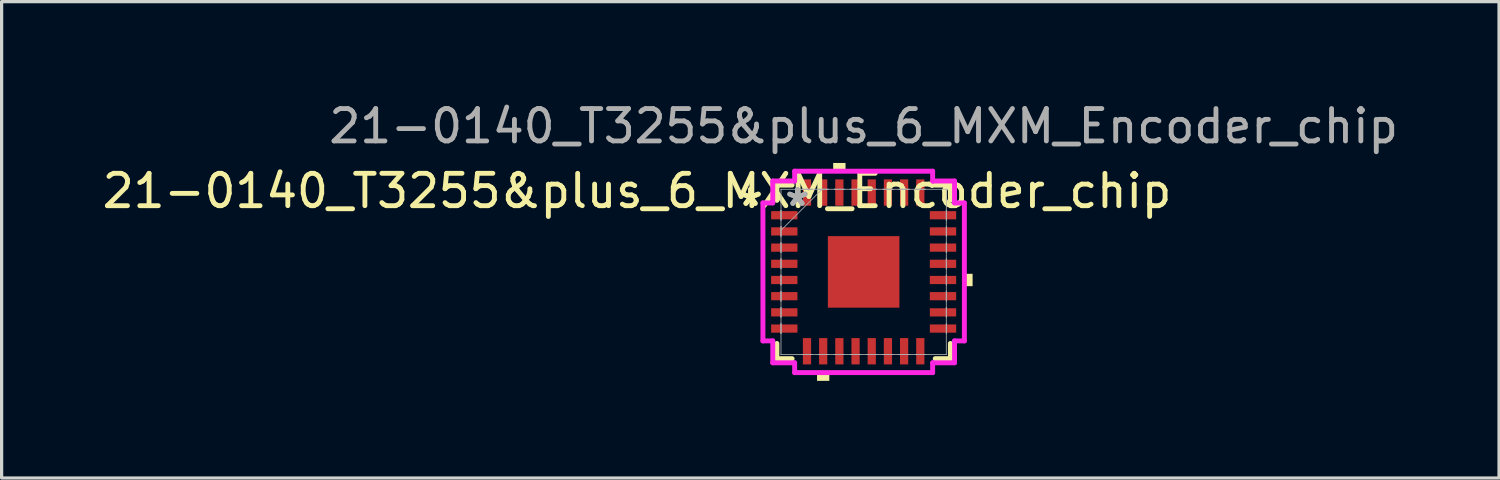
<source format=kicad_pcb>
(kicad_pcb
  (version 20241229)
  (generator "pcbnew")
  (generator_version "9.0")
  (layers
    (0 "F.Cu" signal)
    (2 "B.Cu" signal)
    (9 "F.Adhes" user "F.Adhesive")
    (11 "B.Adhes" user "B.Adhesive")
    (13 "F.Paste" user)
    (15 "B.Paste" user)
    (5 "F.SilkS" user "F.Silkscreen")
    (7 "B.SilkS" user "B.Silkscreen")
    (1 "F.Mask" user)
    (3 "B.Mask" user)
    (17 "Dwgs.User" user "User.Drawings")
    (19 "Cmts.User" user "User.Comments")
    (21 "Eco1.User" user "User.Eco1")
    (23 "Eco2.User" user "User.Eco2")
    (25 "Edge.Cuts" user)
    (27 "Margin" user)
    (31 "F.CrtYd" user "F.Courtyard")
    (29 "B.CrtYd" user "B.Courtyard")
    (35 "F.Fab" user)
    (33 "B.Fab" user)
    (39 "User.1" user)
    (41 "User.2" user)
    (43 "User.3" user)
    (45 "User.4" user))
  (footprint "21-0140_T3255&plus_6_MXM_Encoder_chip"
    (layer "F.Cu")
    (at 23.625 5.348)
    (property "Reference" "21-0140_T3255&plus_6_MXM_Encoder_chip" (at -7 -2.5 0) (unlocked yes) (layer "F.SilkS") (effects (font (size 1 1) (thickness 0.15))))
    (attr smd)
    (fp_line (start -2.68 -2.68) (end -2.68 -2.21) (stroke (width 0.152) (type solid)) (layer "F.SilkS"))
    (fp_line (start -2.68 2.21) (end -2.68 2.68) (stroke (width 0.152) (type solid)) (layer "F.SilkS"))
    (fp_line (start -2.68 2.68) (end -2.21 2.68) (stroke (width 0.152) (type solid)) (layer "F.SilkS"))
    (fp_line (start -2.21 -2.68) (end -2.68 -2.68) (stroke (width 0.152) (type solid)) (layer "F.SilkS"))
    (fp_line (start 2.21 2.68) (end 2.68 2.68) (stroke (width 0.152) (type solid)) (layer "F.SilkS"))
    (fp_line (start 2.68 -2.68) (end 2.21 -2.68) (stroke (width 0.152) (type solid)) (layer "F.SilkS"))
    (fp_line (start 2.68 -2.21) (end 2.68 -2.68) (stroke (width 0.152) (type solid)) (layer "F.SilkS"))
    (fp_line (start 2.68 2.68) (end 2.68 2.21) (stroke (width 0.152) (type solid)) (layer "F.SilkS"))
    (fp_poly (pts (xy -1.44 3.111) (xy -1.44 3.365) (xy -1.06 3.365) (xy -1.06 3.111)) (stroke (width 0) (type solid)) (fill yes) (layer "F.SilkS"))
    (fp_poly (pts (xy -0.941 -3.111) (xy -0.941 -3.365) (xy -0.56 -3.365) (xy -0.56 -3.111)) (stroke (width 0) (type solid)) (fill yes) (layer "F.SilkS"))
    (fp_poly (pts (xy 3.365 0.059) (xy 3.365 0.441) (xy 3.111 0.441) (xy 3.111 0.059)) (stroke (width 0) (type solid)) (fill yes) (layer "F.SilkS"))
    (fp_line (start -3.111 -2.131) (end -2.807 -2.131) (stroke (width 0.152) (type solid)) (layer "F.CrtYd"))
    (fp_line (start -3.111 2.131) (end -3.111 -2.131) (stroke (width 0.152) (type solid)) (layer "F.CrtYd"))
    (fp_line (start -2.807 -2.807) (end -2.131 -2.807) (stroke (width 0.152) (type solid)) (layer "F.CrtYd"))
    (fp_line (start -2.807 -2.131) (end -2.807 -2.807) (stroke (width 0.152) (type solid)) (layer "F.CrtYd"))
    (fp_line (start -2.807 2.131) (end -3.111 2.131) (stroke (width 0.152) (type solid)) (layer "F.CrtYd"))
    (fp_line (start -2.807 2.807) (end -2.807 2.131) (stroke (width 0.152) (type solid)) (layer "F.CrtYd"))
    (fp_line (start -2.131 -3.111) (end 2.131 -3.111) (stroke (width 0.152) (type solid)) (layer "F.CrtYd"))
    (fp_line (start -2.131 -2.807) (end -2.131 -3.111) (stroke (width 0.152) (type solid)) (layer "F.CrtYd"))
    (fp_line (start -2.131 2.807) (end -2.807 2.807) (stroke (width 0.152) (type solid)) (layer "F.CrtYd"))
    (fp_line (start -2.131 3.111) (end -2.131 2.807) (stroke (width 0.152) (type solid)) (layer "F.CrtYd"))
    (fp_line (start 2.131 -3.111) (end 2.131 -2.807) (stroke (width 0.152) (type solid)) (layer "F.CrtYd"))
    (fp_line (start 2.131 -2.807) (end 2.807 -2.807) (stroke (width 0.152) (type solid)) (layer "F.CrtYd"))
    (fp_line (start 2.131 2.807) (end 2.131 3.111) (stroke (width 0.152) (type solid)) (layer "F.CrtYd"))
    (fp_line (start 2.131 3.111) (end -2.131 3.111) (stroke (width 0.152) (type solid)) (layer "F.CrtYd"))
    (fp_line (start 2.807 -2.807) (end 2.807 -2.131) (stroke (width 0.152) (type solid)) (layer "F.CrtYd"))
    (fp_line (start 2.807 -2.131) (end 3.111 -2.131) (stroke (width 0.152) (type solid)) (layer "F.CrtYd"))
    (fp_line (start 2.807 2.131) (end 2.807 2.807) (stroke (width 0.152) (type solid)) (layer "F.CrtYd"))
    (fp_line (start 2.807 2.807) (end 2.131 2.807) (stroke (width 0.152) (type solid)) (layer "F.CrtYd"))
    (fp_line (start 3.111 -2.131) (end 3.111 2.131) (stroke (width 0.152) (type solid)) (layer "F.CrtYd"))
    (fp_line (start 3.111 2.131) (end 2.807 2.131) (stroke (width 0.152) (type solid)) (layer "F.CrtYd"))
    (fp_line (start -2.553 -2.553) (end -2.553 -2.553) (stroke (width 0.025) (type solid)) (layer "F.Fab"))
    (fp_line (start -2.553 -2.553) (end -2.553 2.553) (stroke (width 0.025) (type solid)) (layer "F.Fab"))
    (fp_line (start -2.553 -1.902) (end -2.553 -1.902) (stroke (width 0.025) (type solid)) (layer "F.Fab"))
    (fp_line (start -2.553 -1.902) (end -2.553 -1.598) (stroke (width 0.025) (type solid)) (layer "F.Fab"))
    (fp_line (start -2.553 -1.598) (end -2.553 -1.902) (stroke (width 0.025) (type solid)) (layer "F.Fab"))
    (fp_line (start -2.553 -1.598) (end -2.553 -1.598) (stroke (width 0.025) (type solid)) (layer "F.Fab"))
    (fp_line (start -2.553 -1.402) (end -2.553 -1.402) (stroke (width 0.025) (type solid)) (layer "F.Fab"))
    (fp_line (start -2.553 -1.402) (end -2.553 -1.098) (stroke (width 0.025) (type solid)) (layer "F.Fab"))
    (fp_line (start -2.553 -1.283) (end -1.283 -2.553) (stroke (width 0.025) (type solid)) (layer "F.Fab"))
    (fp_line (start -2.553 -1.098) (end -2.553 -1.402) (stroke (width 0.025) (type solid)) (layer "F.Fab"))
    (fp_line (start -2.553 -1.098) (end -2.553 -1.098) (stroke (width 0.025) (type solid)) (layer "F.Fab"))
    (fp_line (start -2.553 -0.902) (end -2.553 -0.902) (stroke (width 0.025) (type solid)) (layer "F.Fab"))
    (fp_line (start -2.553 -0.902) (end -2.553 -0.598) (stroke (width 0.025) (type solid)) (layer "F.Fab"))
    (fp_line (start -2.553 -0.598) (end -2.553 -0.902) (stroke (width 0.025) (type solid)) (layer "F.Fab"))
    (fp_line (start -2.553 -0.598) (end -2.553 -0.598) (stroke (width 0.025) (type solid)) (layer "F.Fab"))
    (fp_line (start -2.553 -0.402) (end -2.553 -0.402) (stroke (width 0.025) (type solid)) (layer "F.Fab"))
    (fp_line (start -2.553 -0.402) (end -2.553 -0.098) (stroke (width 0.025) (type solid)) (layer "F.Fab"))
    (fp_line (start -2.553 -0.098) (end -2.553 -0.402) (stroke (width 0.025) (type solid)) (layer "F.Fab"))
    (fp_line (start -2.553 -0.098) (end -2.553 -0.098) (stroke (width 0.025) (type solid)) (layer "F.Fab"))
    (fp_line (start -2.553 0.098) (end -2.553 0.098) (stroke (width 0.025) (type solid)) (layer "F.Fab"))
    (fp_line (start -2.553 0.098) (end -2.553 0.402) (stroke (width 0.025) (type solid)) (layer "F.Fab"))
    (fp_line (start -2.553 0.402) (end -2.553 0.098) (stroke (width 0.025) (type solid)) (layer "F.Fab"))
    (fp_line (start -2.553 0.402) (end -2.553 0.402) (stroke (width 0.025) (type solid)) (layer "F.Fab"))
    (fp_line (start -2.553 0.598) (end -2.553 0.598) (stroke (width 0.025) (type solid)) (layer "F.Fab"))
    (fp_line (start -2.553 0.598) (end -2.553 0.902) (stroke (width 0.025) (type solid)) (layer "F.Fab"))
    (fp_line (start -2.553 0.902) (end -2.553 0.598) (stroke (width 0.025) (type solid)) (layer "F.Fab"))
    (fp_line (start -2.553 0.902) (end -2.553 0.902) (stroke (width 0.025) (type solid)) (layer "F.Fab"))
    (fp_line (start -2.553 1.098) (end -2.553 1.098) (stroke (width 0.025) (type solid)) (layer "F.Fab"))
    (fp_line (start -2.553 1.098) (end -2.553 1.402) (stroke (width 0.025) (type solid)) (layer "F.Fab"))
    (fp_line (start -2.553 1.402) (end -2.553 1.098) (stroke (width 0.025) (type solid)) (layer "F.Fab"))
    (fp_line (start -2.553 1.402) (end -2.553 1.402) (stroke (width 0.025) (type solid)) (layer "F.Fab"))
    (fp_line (start -2.553 1.598) (end -2.553 1.598) (stroke (width 0.025) (type solid)) (layer "F.Fab"))
    (fp_line (start -2.553 1.598) (end -2.553 1.902) (stroke (width 0.025) (type solid)) (layer "F.Fab"))
    (fp_line (start -2.553 1.902) (end -2.553 1.598) (stroke (width 0.025) (type solid)) (layer "F.Fab"))
    (fp_line (start -2.553 1.902) (end -2.553 1.902) (stroke (width 0.025) (type solid)) (layer "F.Fab"))
    (fp_line (start -2.553 2.553) (end -2.553 2.553) (stroke (width 0.025) (type solid)) (layer "F.Fab"))
    (fp_line (start -2.553 2.553) (end 2.553 2.553) (stroke (width 0.025) (type solid)) (layer "F.Fab"))
    (fp_line (start -1.902 -2.553) (end -1.902 -2.553) (stroke (width 0.025) (type solid)) (layer "F.Fab"))
    (fp_line (start -1.902 -2.553) (end -1.598 -2.553) (stroke (width 0.025) (type solid)) (layer "F.Fab"))
    (fp_line (start -1.902 2.553) (end -1.902 2.553) (stroke (width 0.025) (type solid)) (layer "F.Fab"))
    (fp_line (start -1.902 2.553) (end -1.598 2.553) (stroke (width 0.025) (type solid)) (layer "F.Fab"))
    (fp_line (start -1.598 -2.553) (end -1.902 -2.553) (stroke (width 0.025) (type solid)) (layer "F.Fab"))
    (fp_line (start -1.598 -2.553) (end -1.598 -2.553) (stroke (width 0.025) (type solid)) (layer "F.Fab"))
    (fp_line (start -1.598 2.553) (end -1.902 2.553) (stroke (width 0.025) (type solid)) (layer "F.Fab"))
    (fp_line (start -1.598 2.553) (end -1.598 2.553) (stroke (width 0.025) (type solid)) (layer "F.Fab"))
    (fp_line (start -1.402 -2.553) (end -1.402 -2.553) (stroke (width 0.025) (type solid)) (layer "F.Fab"))
    (fp_line (start -1.402 -2.553) (end -1.098 -2.553) (stroke (width 0.025) (type solid)) (layer "F.Fab"))
    (fp_line (start -1.402 2.553) (end -1.402 2.553) (stroke (width 0.025) (type solid)) (layer "F.Fab"))
    (fp_line (start -1.402 2.553) (end -1.098 2.553) (stroke (width 0.025) (type solid)) (layer "F.Fab"))
    (fp_line (start -1.098 -2.553) (end -1.402 -2.553) (stroke (width 0.025) (type solid)) (layer "F.Fab"))
    (fp_line (start -1.098 -2.553) (end -1.098 -2.553) (stroke (width 0.025) (type solid)) (layer "F.Fab"))
    (fp_line (start -1.098 2.553) (end -1.402 2.553) (stroke (width 0.025) (type solid)) (layer "F.Fab"))
    (fp_line (start -1.098 2.553) (end -1.098 2.553) (stroke (width 0.025) (type solid)) (layer "F.Fab"))
    (fp_line (start -0.902 -2.553) (end -0.902 -2.553) (stroke (width 0.025) (type solid)) (layer "F.Fab"))
    (fp_line (start -0.902 -2.553) (end -0.598 -2.553) (stroke (width 0.025) (type solid)) (layer "F.Fab"))
    (fp_line (start -0.902 2.553) (end -0.902 2.553) (stroke (width 0.025) (type solid)) (layer "F.Fab"))
    (fp_line (start -0.902 2.553) (end -0.598 2.553) (stroke (width 0.025) (type solid)) (layer "F.Fab"))
    (fp_line (start -0.598 -2.553) (end -0.902 -2.553) (stroke (width 0.025) (type solid)) (layer "F.Fab"))
    (fp_line (start -0.598 -2.553) (end -0.598 -2.553) (stroke (width 0.025) (type solid)) (layer "F.Fab"))
    (fp_line (start -0.598 2.553) (end -0.902 2.553) (stroke (width 0.025) (type solid)) (layer "F.Fab"))
    (fp_line (start -0.598 2.553) (end -0.598 2.553) (stroke (width 0.025) (type solid)) (layer "F.Fab"))
    (fp_line (start -0.402 -2.553) (end -0.402 -2.553) (stroke (width 0.025) (type solid)) (layer "F.Fab"))
    (fp_line (start -0.402 -2.553) (end -0.098 -2.553) (stroke (width 0.025) (type solid)) (layer "F.Fab"))
    (fp_line (start -0.402 2.553) (end -0.402 2.553) (stroke (width 0.025) (type solid)) (layer "F.Fab"))
    (fp_line (start -0.402 2.553) (end -0.098 2.553) (stroke (width 0.025) (type solid)) (layer "F.Fab"))
    (fp_line (start -0.098 -2.553) (end -0.402 -2.553) (stroke (width 0.025) (type solid)) (layer "F.Fab"))
    (fp_line (start -0.098 -2.553) (end -0.098 -2.553) (stroke (width 0.025) (type solid)) (layer "F.Fab"))
    (fp_line (start -0.098 2.553) (end -0.402 2.553) (stroke (width 0.025) (type solid)) (layer "F.Fab"))
    (fp_line (start -0.098 2.553) (end -0.098 2.553) (stroke (width 0.025) (type solid)) (layer "F.Fab"))
    (fp_line (start 0.098 -2.553) (end 0.098 -2.553) (stroke (width 0.025) (type solid)) (layer "F.Fab"))
    (fp_line (start 0.098 -2.553) (end 0.402 -2.553) (stroke (width 0.025) (type solid)) (layer "F.Fab"))
    (fp_line (start 0.098 2.553) (end 0.098 2.553) (stroke (width 0.025) (type solid)) (layer "F.Fab"))
    (fp_line (start 0.098 2.553) (end 0.402 2.553) (stroke (width 0.025) (type solid)) (layer "F.Fab"))
    (fp_line (start 0.402 -2.553) (end 0.098 -2.553) (stroke (width 0.025) (type solid)) (layer "F.Fab"))
    (fp_line (start 0.402 -2.553) (end 0.402 -2.553) (stroke (width 0.025) (type solid)) (layer "F.Fab"))
    (fp_line (start 0.402 2.553) (end 0.098 2.553) (stroke (width 0.025) (type solid)) (layer "F.Fab"))
    (fp_line (start 0.402 2.553) (end 0.402 2.553) (stroke (width 0.025) (type solid)) (layer "F.Fab"))
    (fp_line (start 0.598 -2.553) (end 0.598 -2.553) (stroke (width 0.025) (type solid)) (layer "F.Fab"))
    (fp_line (start 0.598 -2.553) (end 0.902 -2.553) (stroke (width 0.025) (type solid)) (layer "F.Fab"))
    (fp_line (start 0.598 2.553) (end 0.598 2.553) (stroke (width 0.025) (type solid)) (layer "F.Fab"))
    (fp_line (start 0.598 2.553) (end 0.902 2.553) (stroke (width 0.025) (type solid)) (layer "F.Fab"))
    (fp_line (start 0.902 -2.553) (end 0.598 -2.553) (stroke (width 0.025) (type solid)) (layer "F.Fab"))
    (fp_line (start 0.902 -2.553) (end 0.902 -2.553) (stroke (width 0.025) (type solid)) (layer "F.Fab"))
    (fp_line (start 0.902 2.553) (end 0.598 2.553) (stroke (width 0.025) (type solid)) (layer "F.Fab"))
    (fp_line (start 0.902 2.553) (end 0.902 2.553) (stroke (width 0.025) (type solid)) (layer "F.Fab"))
    (fp_line (start 1.098 -2.553) (end 1.098 -2.553) (stroke (width 0.025) (type solid)) (layer "F.Fab"))
    (fp_line (start 1.098 -2.553) (end 1.402 -2.553) (stroke (width 0.025) (type solid)) (layer "F.Fab"))
    (fp_line (start 1.098 2.553) (end 1.098 2.553) (stroke (width 0.025) (type solid)) (layer "F.Fab"))
    (fp_line (start 1.098 2.553) (end 1.402 2.553) (stroke (width 0.025) (type solid)) (layer "F.Fab"))
    (fp_line (start 1.402 -2.553) (end 1.098 -2.553) (stroke (width 0.025) (type solid)) (layer "F.Fab"))
    (fp_line (start 1.402 -2.553) (end 1.402 -2.553) (stroke (width 0.025) (type solid)) (layer "F.Fab"))
    (fp_line (start 1.402 2.553) (end 1.098 2.553) (stroke (width 0.025) (type solid)) (layer "F.Fab"))
    (fp_line (start 1.402 2.553) (end 1.402 2.553) (stroke (width 0.025) (type solid)) (layer "F.Fab"))
    (fp_line (start 1.598 -2.553) (end 1.598 -2.553) (stroke (width 0.025) (type solid)) (layer "F.Fab"))
    (fp_line (start 1.598 -2.553) (end 1.902 -2.553) (stroke (width 0.025) (type solid)) (layer "F.Fab"))
    (fp_line (start 1.598 2.553) (end 1.598 2.553) (stroke (width 0.025) (type solid)) (layer "F.Fab"))
    (fp_line (start 1.598 2.553) (end 1.902 2.553) (stroke (width 0.025) (type solid)) (layer "F.Fab"))
    (fp_line (start 1.902 -2.553) (end 1.598 -2.553) (stroke (width 0.025) (type solid)) (layer "F.Fab"))
    (fp_line (start 1.902 -2.553) (end 1.902 -2.553) (stroke (width 0.025) (type solid)) (layer "F.Fab"))
    (fp_line (start 1.902 2.553) (end 1.598 2.553) (stroke (width 0.025) (type solid)) (layer "F.Fab"))
    (fp_line (start 1.902 2.553) (end 1.902 2.553) (stroke (width 0.025) (type solid)) (layer "F.Fab"))
    (fp_line (start 2.553 -2.553) (end -2.553 -2.553) (stroke (width 0.025) (type solid)) (layer "F.Fab"))
    (fp_line (start 2.553 -2.553) (end 2.553 -2.553) (stroke (width 0.025) (type solid)) (layer "F.Fab"))
    (fp_line (start 2.553 -1.902) (end 2.553 -1.902) (stroke (width 0.025) (type solid)) (layer "F.Fab"))
    (fp_line (start 2.553 -1.902) (end 2.553 -1.598) (stroke (width 0.025) (type solid)) (layer "F.Fab"))
    (fp_line (start 2.553 -1.598) (end 2.553 -1.902) (stroke (width 0.025) (type solid)) (layer "F.Fab"))
    (fp_line (start 2.553 -1.598) (end 2.553 -1.598) (stroke (width 0.025) (type solid)) (layer "F.Fab"))
    (fp_line (start 2.553 -1.402) (end 2.553 -1.402) (stroke (width 0.025) (type solid)) (layer "F.Fab"))
    (fp_line (start 2.553 -1.402) (end 2.553 -1.098) (stroke (width 0.025) (type solid)) (layer "F.Fab"))
    (fp_line (start 2.553 -1.098) (end 2.553 -1.402) (stroke (width 0.025) (type solid)) (layer "F.Fab"))
    (fp_line (start 2.553 -1.098) (end 2.553 -1.098) (stroke (width 0.025) (type solid)) (layer "F.Fab"))
    (fp_line (start 2.553 -0.902) (end 2.553 -0.902) (stroke (width 0.025) (type solid)) (layer "F.Fab"))
    (fp_line (start 2.553 -0.902) (end 2.553 -0.598) (stroke (width 0.025) (type solid)) (layer "F.Fab"))
    (fp_line (start 2.553 -0.598) (end 2.553 -0.902) (stroke (width 0.025) (type solid)) (layer "F.Fab"))
    (fp_line (start 2.553 -0.598) (end 2.553 -0.598) (stroke (width 0.025) (type solid)) (layer "F.Fab"))
    (fp_line (start 2.553 -0.402) (end 2.553 -0.402) (stroke (width 0.025) (type solid)) (layer "F.Fab"))
    (fp_line (start 2.553 -0.402) (end 2.553 -0.098) (stroke (width 0.025) (type solid)) (layer "F.Fab"))
    (fp_line (start 2.553 -0.098) (end 2.553 -0.402) (stroke (width 0.025) (type solid)) (layer "F.Fab"))
    (fp_line (start 2.553 -0.098) (end 2.553 -0.098) (stroke (width 0.025) (type solid)) (layer "F.Fab"))
    (fp_line (start 2.553 0.098) (end 2.553 0.098) (stroke (width 0.025) (type solid)) (layer "F.Fab"))
    (fp_line (start 2.553 0.098) (end 2.553 0.402) (stroke (width 0.025) (type solid)) (layer "F.Fab"))
    (fp_line (start 2.553 0.402) (end 2.553 0.098) (stroke (width 0.025) (type solid)) (layer "F.Fab"))
    (fp_line (start 2.553 0.402) (end 2.553 0.402) (stroke (width 0.025) (type solid)) (layer "F.Fab"))
    (fp_line (start 2.553 0.598) (end 2.553 0.598) (stroke (width 0.025) (type solid)) (layer "F.Fab"))
    (fp_line (start 2.553 0.598) (end 2.553 0.902) (stroke (width 0.025) (type solid)) (layer "F.Fab"))
    (fp_line (start 2.553 0.902) (end 2.553 0.598) (stroke (width 0.025) (type solid)) (layer "F.Fab"))
    (fp_line (start 2.553 0.902) (end 2.553 0.902) (stroke (width 0.025) (type solid)) (layer "F.Fab"))
    (fp_line (start 2.553 1.098) (end 2.553 1.098) (stroke (width 0.025) (type solid)) (layer "F.Fab"))
    (fp_line (start 2.553 1.098) (end 2.553 1.402) (stroke (width 0.025) (type solid)) (layer "F.Fab"))
    (fp_line (start 2.553 1.402) (end 2.553 1.098) (stroke (width 0.025) (type solid)) (layer "F.Fab"))
    (fp_line (start 2.553 1.402) (end 2.553 1.402) (stroke (width 0.025) (type solid)) (layer "F.Fab"))
    (fp_line (start 2.553 1.598) (end 2.553 1.598) (stroke (width 0.025) (type solid)) (layer "F.Fab"))
    (fp_line (start 2.553 1.598) (end 2.553 1.902) (stroke (width 0.025) (type solid)) (layer "F.Fab"))
    (fp_line (start 2.553 1.902) (end 2.553 1.598) (stroke (width 0.025) (type solid)) (layer "F.Fab"))
    (fp_line (start 2.553 1.902) (end 2.553 1.902) (stroke (width 0.025) (type solid)) (layer "F.Fab"))
    (fp_line (start 2.553 2.553) (end 2.553 -2.553) (stroke (width 0.025) (type solid)) (layer "F.Fab"))
    (fp_line (start 2.553 2.553) (end 2.553 2.553) (stroke (width 0.025) (type solid)) (layer "F.Fab"))
    (fp_text user "*" (at -3.493 -2 0) (layer "F.SilkS") (effects (font (size 1 1) (thickness 0.15))))
    (fp_text user "*" (at -3.493 -2 0) (unlocked yes) (layer "F.SilkS") (effects (font (size 1 1) (thickness 0.15))))
    (fp_text user "*" (at -2.045 -2 0) (layer "F.Fab") (effects (font (size 1 1) (thickness 0.15))))
    (fp_text user "*" (at -2.045 -2 0) (unlocked yes) (layer "F.Fab") (effects (font (size 1 1) (thickness 0.15))))
    (fp_text user "${REFERENCE}" (at 0 -4.5 0) (unlocked yes) (layer "F.Fab") (effects (font (size 1 1) (thickness 0.15))))
    (pad "1" smd rect (at -2.451 -1.75 90) (size 0.254 0.813) (layers "F.Cu" "F.Mask" "F.Paste"))
    (pad "2" smd rect (at -2.451 -1.25 90) (size 0.254 0.813) (layers "F.Cu" "F.Mask" "F.Paste"))
    (pad "3" smd rect (at -2.451 -0.75 90) (size 0.254 0.813) (layers "F.Cu" "F.Mask" "F.Paste"))
    (pad "4" smd rect (at -2.451 -0.25 90) (size 0.254 0.813) (layers "F.Cu" "F.Mask" "F.Paste"))
    (pad "5" smd rect (at -2.451 0.25 90) (size 0.254 0.813) (layers "F.Cu" "F.Mask" "F.Paste"))
    (pad "6" smd rect (at -2.451 0.75 90) (size 0.254 0.813) (layers "F.Cu" "F.Mask" "F.Paste"))
    (pad "7" smd rect (at -2.451 1.25 90) (size 0.254 0.813) (layers "F.Cu" "F.Mask" "F.Paste"))
    (pad "8" smd rect (at -2.451 1.75 90) (size 0.254 0.813) (layers "F.Cu" "F.Mask" "F.Paste"))
    (pad "9" smd rect (at -1.75 2.451) (size 0.254 0.813) (layers "F.Cu" "F.Mask" "F.Paste"))
    (pad "10" smd rect (at -1.25 2.451) (size 0.254 0.813) (layers "F.Cu" "F.Mask" "F.Paste"))
    (pad "11" smd rect (at -0.75 2.451) (size 0.254 0.813) (layers "F.Cu" "F.Mask" "F.Paste"))
    (pad "12" smd rect (at -0.25 2.451) (size 0.254 0.813) (layers "F.Cu" "F.Mask" "F.Paste"))
    (pad "13" smd rect (at 0.25 2.451) (size 0.254 0.813) (layers "F.Cu" "F.Mask" "F.Paste"))
    (pad "14" smd rect (at 0.75 2.451) (size 0.254 0.813) (layers "F.Cu" "F.Mask" "F.Paste"))
    (pad "15" smd rect (at 1.25 2.451) (size 0.254 0.813) (layers "F.Cu" "F.Mask" "F.Paste"))
    (pad "16" smd rect (at 1.75 2.451) (size 0.254 0.813) (layers "F.Cu" "F.Mask" "F.Paste"))
    (pad "17" smd rect (at 2.451 1.75 90) (size 0.254 0.813) (layers "F.Cu" "F.Mask" "F.Paste"))
    (pad "18" smd rect (at 2.451 1.25 90) (size 0.254 0.813) (layers "F.Cu" "F.Mask" "F.Paste"))
    (pad "19" smd rect (at 2.451 0.75 90) (size 0.254 0.813) (layers "F.Cu" "F.Mask" "F.Paste"))
    (pad "20" smd rect (at 2.451 0.25 90) (size 0.254 0.813) (layers "F.Cu" "F.Mask" "F.Paste"))
    (pad "21" smd rect (at 2.451 -0.25 90) (size 0.254 0.813) (layers "F.Cu" "F.Mask" "F.Paste"))
    (pad "22" smd rect (at 2.451 -0.75 90) (size 0.254 0.813) (layers "F.Cu" "F.Mask" "F.Paste"))
    (pad "23" smd rect (at 2.451 -1.25 90) (size 0.254 0.813) (layers "F.Cu" "F.Mask" "F.Paste"))
    (pad "24" smd rect (at 2.451 -1.75 90) (size 0.254 0.813) (layers "F.Cu" "F.Mask" "F.Paste"))
    (pad "25" smd rect (at 1.75 -2.451) (size 0.254 0.813) (layers "F.Cu" "F.Mask" "F.Paste"))
    (pad "26" smd rect (at 1.25 -2.451) (size 0.254 0.813) (layers "F.Cu" "F.Mask" "F.Paste"))
    (pad "27" smd rect (at 0.75 -2.451) (size 0.254 0.813) (layers "F.Cu" "F.Mask" "F.Paste"))
    (pad "28" smd rect (at 0.25 -2.451) (size 0.254 0.813) (layers "F.Cu" "F.Mask" "F.Paste"))
    (pad "29" smd rect (at -0.25 -2.451) (size 0.254 0.813) (layers "F.Cu" "F.Mask" "F.Paste"))
    (pad "30" smd rect (at -0.75 -2.451) (size 0.254 0.813) (layers "F.Cu" "F.Mask" "F.Paste"))
    (pad "31" smd rect (at -1.25 -2.451) (size 0.254 0.813) (layers "F.Cu" "F.Mask" "F.Paste"))
    (pad "32" smd rect (at -1.75 -2.451) (size 0.254 0.813) (layers "F.Cu" "F.Mask" "F.Paste"))
    (pad "33" smd rect (at 0 0) (size 2.21 2.21) (layers "F.Cu" "F.Mask" "F.Paste")))
  (gr_rect
    (start -3 -3)
    (end 43.25 11.714)
    (stroke (width 0.1) (type default))
    (fill no)
    (layer "Edge.Cuts")))
</source>
